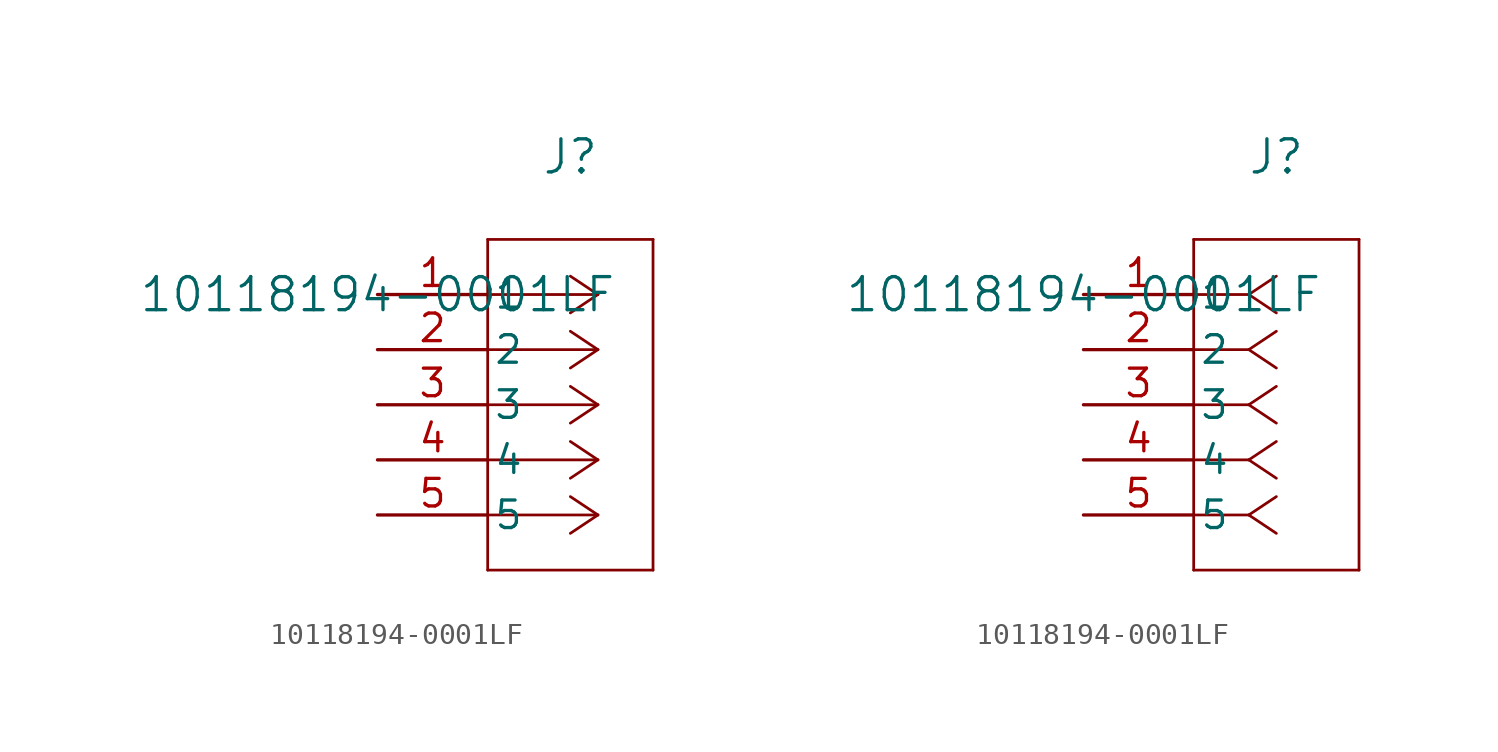
<source format=kicad_sym>
(kicad_symbol_lib
  (version 20211014)
  (generator kicad_symbol_editor)
  (symbol "10118194-0001LF"
    (pin_names
      (offset 0.254))
    (property "Reference" "J"
      (at 8.89 6.35 0)
      (effects (font (size 1.524 1.524))))
    (property "Value" "10118194-0001LF"
      (at 0 0 0)
      (effects (font (size 1.524 1.524))))
    (symbol "10118194-0001LF_1_1"
      (polyline (pts (xy 10.16 0) (xy 5.08 0)) (stroke (width 0.127) (type default) (color 0 0 0 0)) (fill (type none)))
      (polyline (pts (xy 10.16 -2.54) (xy 5.08 -2.54)) (stroke (width 0.127) (type default) (color 0 0 0 0)) (fill (type none)))
      (polyline (pts (xy 10.16 -5.08) (xy 5.08 -5.08)) (stroke (width 0.127) (type default) (color 0 0 0 0)) (fill (type none)))
      (polyline (pts (xy 10.16 -7.62) (xy 5.08 -7.62)) (stroke (width 0.127) (type default) (color 0 0 0 0)) (fill (type none)))
      (polyline (pts (xy 10.16 -10.16) (xy 5.08 -10.16)) (stroke (width 0.127) (type default) (color 0 0 0 0)) (fill (type none)))
      (polyline (pts (xy 10.16 0) (xy 8.89 0.847)) (stroke (width 0.127) (type default) (color 0 0 0 0)) (fill (type none)))
      (polyline (pts (xy 10.16 -2.54) (xy 8.89 -1.693)) (stroke (width 0.127) (type default) (color 0 0 0 0)) (fill (type none)))
      (polyline (pts (xy 10.16 -5.08) (xy 8.89 -4.233)) (stroke (width 0.127) (type default) (color 0 0 0 0)) (fill (type none)))
      (polyline (pts (xy 10.16 -7.62) (xy 8.89 -6.773)) (stroke (width 0.127) (type default) (color 0 0 0 0)) (fill (type none)))
      (polyline (pts (xy 10.16 -10.16) (xy 8.89 -9.313)) (stroke (width 0.127) (type default) (color 0 0 0 0)) (fill (type none)))
      (polyline (pts (xy 10.16 0) (xy 8.89 -0.847)) (stroke (width 0.127) (type default) (color 0 0 0 0)) (fill (type none)))
      (polyline (pts (xy 10.16 -2.54) (xy 8.89 -3.387)) (stroke (width 0.127) (type default) (color 0 0 0 0)) (fill (type none)))
      (polyline (pts (xy 10.16 -5.08) (xy 8.89 -5.927)) (stroke (width 0.127) (type default) (color 0 0 0 0)) (fill (type none)))
      (polyline (pts (xy 10.16 -7.62) (xy 8.89 -8.467)) (stroke (width 0.127) (type default) (color 0 0 0 0)) (fill (type none)))
      (polyline (pts (xy 10.16 -10.16) (xy 8.89 -11.007)) (stroke (width 0.127) (type default) (color 0 0 0 0)) (fill (type none)))
      (polyline (pts (xy 5.08 2.54) (xy 5.08 -12.7)) (stroke (width 0.127) (type default) (color 0 0 0 0)) (fill (type none)))
      (polyline (pts (xy 5.08 -12.7) (xy 12.7 -12.7)) (stroke (width 0.127) (type default) (color 0 0 0 0)) (fill (type none)))
      (polyline (pts (xy 12.7 -12.7) (xy 12.7 2.54)) (stroke (width 0.127) (type default) (color 0 0 0 0)) (fill (type none)))
      (polyline (pts (xy 12.7 2.54) (xy 5.08 2.54)) (stroke (width 0.127) (type default) (color 0 0 0 0)) (fill (type none)))
      (pin unspecified line (at 0 0 0) (length 5.08) (name "1" (effects (font (size 1.27 1.27)))) (number "1" (effects (font (size 1.27 1.27)))))
      (pin unspecified line (at 0 -2.54 0) (length 5.08) (name "2" (effects (font (size 1.27 1.27)))) (number "2" (effects (font (size 1.27 1.27)))))
      (pin unspecified line (at 0 -5.08 0) (length 5.08) (name "3" (effects (font (size 1.27 1.27)))) (number "3" (effects (font (size 1.27 1.27)))))
      (pin unspecified line (at 0 -7.62 0) (length 5.08) (name "4" (effects (font (size 1.27 1.27)))) (number "4" (effects (font (size 1.27 1.27)))))
      (pin unspecified line (at 0 -10.16 0) (length 5.08) (name "5" (effects (font (size 1.27 1.27)))) (number "5" (effects (font (size 1.27 1.27))))))
    (symbol "10118194-0001LF_1_2"
      (polyline (pts (xy 7.62 0) (xy 5.08 0)) (stroke (width 0.127) (type default) (color 0 0 0 0)) (fill (type none)))
      (polyline (pts (xy 7.62 -2.54) (xy 5.08 -2.54)) (stroke (width 0.127) (type default) (color 0 0 0 0)) (fill (type none)))
      (polyline (pts (xy 7.62 -5.08) (xy 5.08 -5.08)) (stroke (width 0.127) (type default) (color 0 0 0 0)) (fill (type none)))
      (polyline (pts (xy 7.62 -7.62) (xy 5.08 -7.62)) (stroke (width 0.127) (type default) (color 0 0 0 0)) (fill (type none)))
      (polyline (pts (xy 7.62 -10.16) (xy 5.08 -10.16)) (stroke (width 0.127) (type default) (color 0 0 0 0)) (fill (type none)))
      (polyline (pts (xy 7.62 0) (xy 8.89 0.847)) (stroke (width 0.127) (type default) (color 0 0 0 0)) (fill (type none)))
      (polyline (pts (xy 7.62 -2.54) (xy 8.89 -1.693)) (stroke (width 0.127) (type default) (color 0 0 0 0)) (fill (type none)))
      (polyline (pts (xy 7.62 -5.08) (xy 8.89 -4.233)) (stroke (width 0.127) (type default) (color 0 0 0 0)) (fill (type none)))
      (polyline (pts (xy 7.62 -7.62) (xy 8.89 -6.773)) (stroke (width 0.127) (type default) (color 0 0 0 0)) (fill (type none)))
      (polyline (pts (xy 7.62 -10.16) (xy 8.89 -9.313)) (stroke (width 0.127) (type default) (color 0 0 0 0)) (fill (type none)))
      (polyline (pts (xy 7.62 0) (xy 8.89 -0.847)) (stroke (width 0.127) (type default) (color 0 0 0 0)) (fill (type none)))
      (polyline (pts (xy 7.62 -2.54) (xy 8.89 -3.387)) (stroke (width 0.127) (type default) (color 0 0 0 0)) (fill (type none)))
      (polyline (pts (xy 7.62 -5.08) (xy 8.89 -5.927)) (stroke (width 0.127) (type default) (color 0 0 0 0)) (fill (type none)))
      (polyline (pts (xy 7.62 -7.62) (xy 8.89 -8.467)) (stroke (width 0.127) (type default) (color 0 0 0 0)) (fill (type none)))
      (polyline (pts (xy 7.62 -10.16) (xy 8.89 -11.007)) (stroke (width 0.127) (type default) (color 0 0 0 0)) (fill (type none)))
      (polyline (pts (xy 5.08 2.54) (xy 5.08 -12.7)) (stroke (width 0.127) (type default) (color 0 0 0 0)) (fill (type none)))
      (polyline (pts (xy 5.08 -12.7) (xy 12.7 -12.7)) (stroke (width 0.127) (type default) (color 0 0 0 0)) (fill (type none)))
      (polyline (pts (xy 12.7 -12.7) (xy 12.7 2.54)) (stroke (width 0.127) (type default) (color 0 0 0 0)) (fill (type none)))
      (polyline (pts (xy 12.7 2.54) (xy 5.08 2.54)) (stroke (width 0.127) (type default) (color 0 0 0 0)) (fill (type none)))
      (pin unspecified line (at 0 0 0) (length 5.08) (name "1" (effects (font (size 1.27 1.27)))) (number "1" (effects (font (size 1.27 1.27)))))
      (pin unspecified line (at 0 -2.54 0) (length 5.08) (name "2" (effects (font (size 1.27 1.27)))) (number "2" (effects (font (size 1.27 1.27)))))
      (pin unspecified line (at 0 -5.08 0) (length 5.08) (name "3" (effects (font (size 1.27 1.27)))) (number "3" (effects (font (size 1.27 1.27)))))
      (pin unspecified line (at 0 -7.62 0) (length 5.08) (name "4" (effects (font (size 1.27 1.27)))) (number "4" (effects (font (size 1.27 1.27)))))
      (pin unspecified line (at 0 -10.16 0) (length 5.08) (name "5" (effects (font (size 1.27 1.27)))) (number "5" (effects (font (size 1.27 1.27))))))))
</source>
